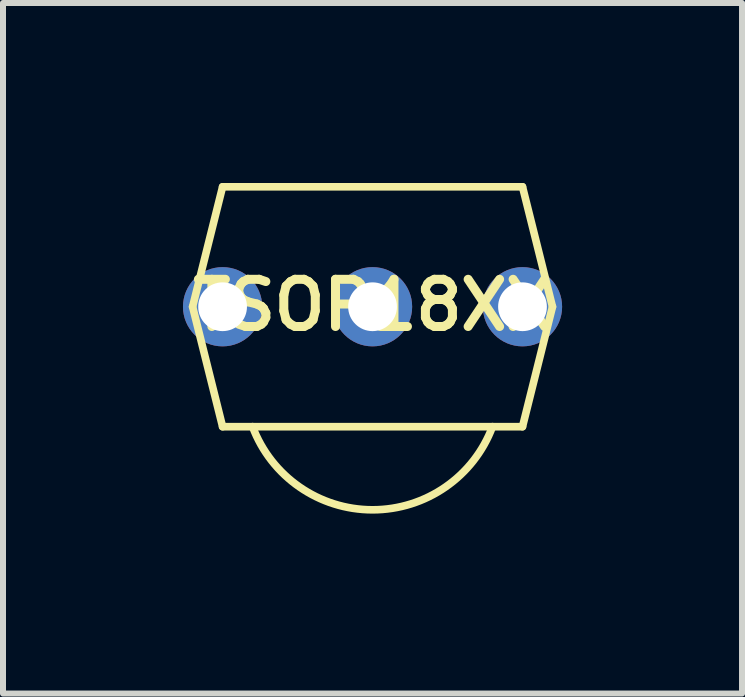
<source format=kicad_pcb>
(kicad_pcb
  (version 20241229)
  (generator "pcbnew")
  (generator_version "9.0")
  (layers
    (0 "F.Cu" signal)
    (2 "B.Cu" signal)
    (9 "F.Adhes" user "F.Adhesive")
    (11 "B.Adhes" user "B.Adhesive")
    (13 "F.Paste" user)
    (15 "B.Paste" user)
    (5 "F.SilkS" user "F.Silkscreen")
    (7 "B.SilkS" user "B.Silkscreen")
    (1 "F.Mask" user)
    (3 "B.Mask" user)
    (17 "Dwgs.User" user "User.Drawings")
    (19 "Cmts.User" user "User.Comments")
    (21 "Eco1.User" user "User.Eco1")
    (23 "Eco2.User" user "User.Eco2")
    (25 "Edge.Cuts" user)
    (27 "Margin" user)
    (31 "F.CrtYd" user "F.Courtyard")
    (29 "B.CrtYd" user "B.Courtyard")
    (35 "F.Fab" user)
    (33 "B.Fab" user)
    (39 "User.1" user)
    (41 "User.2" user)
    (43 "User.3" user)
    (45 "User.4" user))
  (footprint "TSOP18XX"
    (layer "F.Cu")
    (at 3.162 2.037)
    (property "Reference" "TSOP18XX" (at 0 0 0) (layer "F.SilkS") (effects (font (size 0.787 0.787) (thickness 0.15))))
    (attr through_hole)
    (fp_line (start -3.001 0.027) (end -2.501 -1.973) (stroke (width 0.127) (type solid)) (layer "F.SilkS"))
    (fp_line (start -2.501 -1.973) (end 2.499 -1.973) (stroke (width 0.127) (type solid)) (layer "F.SilkS"))
    (fp_line (start -2.501 2.027) (end -3.001 0.027) (stroke (width 0.127) (type solid)) (layer "F.SilkS"))
    (fp_line (start -2.001 2.027) (end -2.501 2.027) (stroke (width 0.127) (type solid)) (layer "F.SilkS"))
    (fp_line (start 1.999 2.027) (end -2.001 2.027) (stroke (width 0.127) (type solid)) (layer "F.SilkS"))
    (fp_line (start 2.499 -1.973) (end 2.999 0.027) (stroke (width 0.127) (type solid)) (layer "F.SilkS"))
    (fp_line (start 2.499 2.027) (end 1.999 2.027) (stroke (width 0.127) (type solid)) (layer "F.SilkS"))
    (fp_line (start 2.999 0.027) (end 2.499 2.027) (stroke (width 0.127) (type solid)) (layer "F.SilkS"))
    (fp_arc (start 1.9988 2.0266) (mid -0.0012 3.412602) (end -2.0012 2.0266) (stroke (width 0.127) (type solid)) (layer "F.SilkS"))
    (pad "GND" thru_hole circle (at -0.001 0.027) (size 1.321 1.321) (drill 0.813) (layers "*.Cu" "*.Mask"))
    (pad "OUT" thru_hole circle (at -2.501 0.027) (size 1.321 1.321) (drill 0.813) (layers "*.Cu" "*.Mask"))
    (pad "VCC" thru_hole circle (at 2.499 0.027) (size 1.321 1.321) (drill 0.813) (layers "*.Cu" "*.Mask")))
  (gr_rect
    (start -3 -3)
    (end 9.321 8.513)
    (stroke (width 0.1) (type default))
    (fill no)
    (layer "Edge.Cuts")))
</source>
